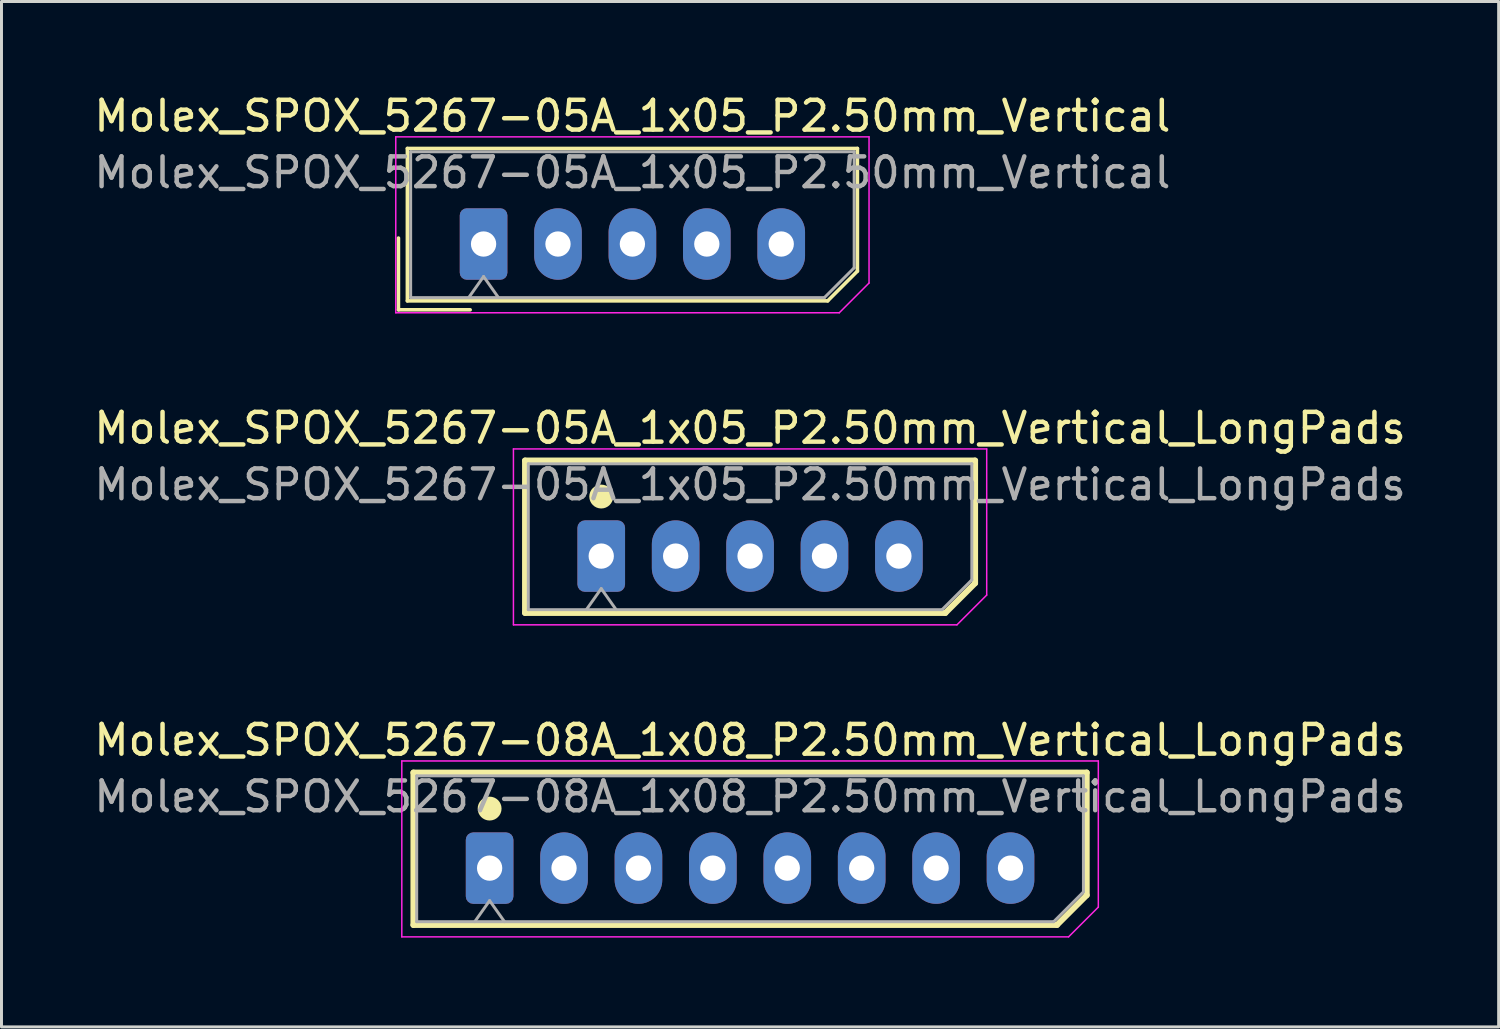
<source format=kicad_pcb>
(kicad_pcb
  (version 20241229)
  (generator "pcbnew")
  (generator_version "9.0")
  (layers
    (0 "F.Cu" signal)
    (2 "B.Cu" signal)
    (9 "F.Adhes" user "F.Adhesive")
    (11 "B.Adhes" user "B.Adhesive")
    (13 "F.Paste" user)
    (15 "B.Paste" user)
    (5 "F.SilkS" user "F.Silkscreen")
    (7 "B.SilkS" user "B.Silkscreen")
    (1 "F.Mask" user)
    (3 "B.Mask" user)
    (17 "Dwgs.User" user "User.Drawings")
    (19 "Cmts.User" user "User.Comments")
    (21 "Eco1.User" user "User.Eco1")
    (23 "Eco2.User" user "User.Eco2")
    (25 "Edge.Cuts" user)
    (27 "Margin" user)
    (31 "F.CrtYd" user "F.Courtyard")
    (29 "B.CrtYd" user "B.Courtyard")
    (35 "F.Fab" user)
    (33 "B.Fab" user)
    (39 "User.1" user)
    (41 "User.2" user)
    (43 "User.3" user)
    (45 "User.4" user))
  (footprint "Molex_SPOX_5267-05A_1x05_P2.50mm_Vertical_LongPads"
    (layer "F.Cu")
    (at 17.149 15.632)
    (property "Reference" "Molex_SPOX_5267-05A_1x05_P2.50mm_Vertical_LongPads" (at 5 -4.3 0) (layer "F.SilkS") (effects (font (size 1 1) (thickness 0.15))))
    (attr through_hole)
    (fp_line (start -2.56 -3.21) (end -2.56 1.91) (stroke (width 0.2) (type solid)) (layer "F.SilkS"))
    (fp_line (start -2.56 1.91) (end 11.56 1.91) (stroke (width 0.2) (type solid)) (layer "F.SilkS"))
    (fp_line (start 11.56 1.91) (end 12.56 0.91) (stroke (width 0.2) (type solid)) (layer "F.SilkS"))
    (fp_line (start 12.56 -3.21) (end -2.56 -3.21) (stroke (width 0.2) (type solid)) (layer "F.SilkS"))
    (fp_line (start 12.56 0.91) (end 12.56 -3.21) (stroke (width 0.2) (type solid)) (layer "F.SilkS"))
    (fp_circle (center 0 -2) (end 0.001 -2) (stroke (width 0.4) (type solid)) (fill no) (layer "F.SilkS"))
    (fp_line (start -2.95 -3.6) (end -2.95 2.31) (stroke (width 0.05) (type solid)) (layer "F.CrtYd"))
    (fp_line (start -2.95 2.31) (end 11.95 2.31) (stroke (width 0.05) (type solid)) (layer "F.CrtYd"))
    (fp_line (start 11.95 2.31) (end 12.95 1.31) (stroke (width 0.05) (type solid)) (layer "F.CrtYd"))
    (fp_line (start 12.95 -3.6) (end -2.95 -3.6) (stroke (width 0.05) (type solid)) (layer "F.CrtYd"))
    (fp_line (start 12.95 1.31) (end 12.95 -3.6) (stroke (width 0.05) (type solid)) (layer "F.CrtYd"))
    (fp_line (start -2.45 -3.1) (end -2.45 1.8) (stroke (width 0.1) (type solid)) (layer "F.Fab"))
    (fp_line (start -2.45 1.8) (end 11.45 1.8) (stroke (width 0.1) (type solid)) (layer "F.Fab"))
    (fp_line (start -0.5 1.8) (end 0 1.093) (stroke (width 0.1) (type solid)) (layer "F.Fab"))
    (fp_line (start 0 1.093) (end 0.5 1.8) (stroke (width 0.1) (type solid)) (layer "F.Fab"))
    (fp_line (start 11.45 1.8) (end 12.45 0.8) (stroke (width 0.1) (type solid)) (layer "F.Fab"))
    (fp_line (start 12.45 -3.1) (end -2.45 -3.1) (stroke (width 0.1) (type solid)) (layer "F.Fab"))
    (fp_line (start 12.45 0.8) (end 12.45 -3.1) (stroke (width 0.1) (type solid)) (layer "F.Fab"))
    (fp_text user "${REFERENCE}" (at 5 -2.4 0) (layer "F.Fab") (effects (font (size 1 1) (thickness 0.15))))
    (pad "1" thru_hole roundrect (at 0 0) (size 1.6 2.4) (drill 0.85) (layers "*.Cu" "*.Mask") (roundrect_rratio 0.156))
    (pad "2" thru_hole oval (at 2.5 0) (size 1.6 2.4) (drill 0.85) (layers "*.Cu" "*.Mask"))
    (pad "3" thru_hole oval (at 5 0) (size 1.6 2.4) (drill 0.85) (layers "*.Cu" "*.Mask"))
    (pad "4" thru_hole oval (at 7.5 0) (size 1.6 2.4) (drill 0.85) (layers "*.Cu" "*.Mask"))
    (pad "5" thru_hole oval (at 10 0) (size 1.6 2.4) (drill 0.85) (layers "*.Cu" "*.Mask")))
  (footprint "Molex_SPOX_5267-05A_1x05_P2.50mm_Vertical"
    (layer "F.Cu")
    (at 13.196 5.148)
    (property "Reference" "Molex_SPOX_5267-05A_1x05_P2.50mm_Vertical" (at 5 -4.3 0) (layer "F.SilkS") (effects (font (size 1 1) (thickness 0.15))))
    (attr through_hole)
    (fp_line (start -2.86 -0.2) (end -2.86 2.21) (stroke (width 0.12) (type solid)) (layer "F.SilkS"))
    (fp_line (start -2.86 2.21) (end -0.45 2.21) (stroke (width 0.12) (type solid)) (layer "F.SilkS"))
    (fp_line (start -2.56 -3.21) (end -2.56 1.91) (stroke (width 0.12) (type solid)) (layer "F.SilkS"))
    (fp_line (start -2.56 1.91) (end 11.56 1.91) (stroke (width 0.12) (type solid)) (layer "F.SilkS"))
    (fp_line (start 11.56 1.91) (end 12.56 0.91) (stroke (width 0.12) (type solid)) (layer "F.SilkS"))
    (fp_line (start 12.56 -3.21) (end -2.56 -3.21) (stroke (width 0.12) (type solid)) (layer "F.SilkS"))
    (fp_line (start 12.56 0.91) (end 12.56 -3.21) (stroke (width 0.12) (type solid)) (layer "F.SilkS"))
    (fp_line (start -2.95 -3.6) (end -2.95 2.31) (stroke (width 0.05) (type solid)) (layer "F.CrtYd"))
    (fp_line (start -2.95 2.31) (end 11.95 2.31) (stroke (width 0.05) (type solid)) (layer "F.CrtYd"))
    (fp_line (start 11.95 2.31) (end 12.95 1.31) (stroke (width 0.05) (type solid)) (layer "F.CrtYd"))
    (fp_line (start 12.95 -3.6) (end -2.95 -3.6) (stroke (width 0.05) (type solid)) (layer "F.CrtYd"))
    (fp_line (start 12.95 1.31) (end 12.95 -3.6) (stroke (width 0.05) (type solid)) (layer "F.CrtYd"))
    (fp_line (start -2.45 -3.1) (end -2.45 1.8) (stroke (width 0.1) (type solid)) (layer "F.Fab"))
    (fp_line (start -2.45 1.8) (end 11.45 1.8) (stroke (width 0.1) (type solid)) (layer "F.Fab"))
    (fp_line (start -0.5 1.8) (end 0 1.093) (stroke (width 0.1) (type solid)) (layer "F.Fab"))
    (fp_line (start 0 1.093) (end 0.5 1.8) (stroke (width 0.1) (type solid)) (layer "F.Fab"))
    (fp_line (start 11.45 1.8) (end 12.45 0.8) (stroke (width 0.1) (type solid)) (layer "F.Fab"))
    (fp_line (start 12.45 -3.1) (end -2.45 -3.1) (stroke (width 0.1) (type solid)) (layer "F.Fab"))
    (fp_line (start 12.45 0.8) (end 12.45 -3.1) (stroke (width 0.1) (type solid)) (layer "F.Fab"))
    (fp_text user "${REFERENCE}" (at 5 -2.4 0) (layer "F.Fab") (effects (font (size 1 1) (thickness 0.15))))
    (pad "1" thru_hole roundrect (at 0 0) (size 1.6 2.4) (drill 0.85) (layers "*.Cu" "*.Mask") (roundrect_rratio 0.147))
    (pad "2" thru_hole oval (at 2.5 0) (size 1.6 2.4) (drill 0.85) (layers "*.Cu" "*.Mask"))
    (pad "3" thru_hole oval (at 5 0) (size 1.6 2.4) (drill 0.85) (layers "*.Cu" "*.Mask"))
    (pad "4" thru_hole oval (at 7.5 0) (size 1.6 2.4) (drill 0.85) (layers "*.Cu" "*.Mask"))
    (pad "5" thru_hole oval (at 10 0) (size 1.6 2.4) (drill 0.85) (layers "*.Cu" "*.Mask")))
  (footprint "Molex_SPOX_5267-08A_1x08_P2.50mm_Vertical_LongPads"
    (layer "F.Cu")
    (at 13.399 26.115)
    (property "Reference" "Molex_SPOX_5267-08A_1x08_P2.50mm_Vertical_LongPads" (at 8.75 -4.3 0) (layer "F.SilkS") (effects (font (size 1 1) (thickness 0.15))))
    (attr through_hole)
    (fp_line (start -2.56 -3.21) (end -2.56 1.91) (stroke (width 0.2) (type solid)) (layer "F.SilkS"))
    (fp_line (start -2.56 1.91) (end 19.06 1.91) (stroke (width 0.2) (type solid)) (layer "F.SilkS"))
    (fp_line (start 19.06 1.91) (end 20.06 0.91) (stroke (width 0.2) (type solid)) (layer "F.SilkS"))
    (fp_line (start 20.06 -3.21) (end -2.56 -3.21) (stroke (width 0.2) (type solid)) (layer "F.SilkS"))
    (fp_line (start 20.06 0.91) (end 20.06 -3.21) (stroke (width 0.2) (type solid)) (layer "F.SilkS"))
    (fp_circle (center 0 -2) (end 0.001 -2) (stroke (width 0.4) (type solid)) (fill no) (layer "F.SilkS"))
    (fp_line (start -2.95 -3.6) (end -2.95 2.31) (stroke (width 0.05) (type solid)) (layer "F.CrtYd"))
    (fp_line (start -2.95 2.31) (end 19.45 2.31) (stroke (width 0.05) (type solid)) (layer "F.CrtYd"))
    (fp_line (start 19.45 2.31) (end 20.45 1.31) (stroke (width 0.05) (type solid)) (layer "F.CrtYd"))
    (fp_line (start 20.45 -3.6) (end -2.95 -3.6) (stroke (width 0.05) (type solid)) (layer "F.CrtYd"))
    (fp_line (start 20.45 1.31) (end 20.45 -3.6) (stroke (width 0.05) (type solid)) (layer "F.CrtYd"))
    (fp_line (start -2.45 -3.1) (end -2.45 1.8) (stroke (width 0.1) (type solid)) (layer "F.Fab"))
    (fp_line (start -2.45 1.8) (end 18.95 1.8) (stroke (width 0.1) (type solid)) (layer "F.Fab"))
    (fp_line (start -0.5 1.8) (end 0 1.093) (stroke (width 0.1) (type solid)) (layer "F.Fab"))
    (fp_line (start 0 1.093) (end 0.5 1.8) (stroke (width 0.1) (type solid)) (layer "F.Fab"))
    (fp_line (start 18.95 1.8) (end 19.95 0.8) (stroke (width 0.1) (type solid)) (layer "F.Fab"))
    (fp_line (start 19.95 -3.1) (end -2.45 -3.1) (stroke (width 0.1) (type solid)) (layer "F.Fab"))
    (fp_line (start 19.95 0.8) (end 19.95 -3.1) (stroke (width 0.1) (type solid)) (layer "F.Fab"))
    (fp_text user "${REFERENCE}" (at 8.75 -2.4 0) (layer "F.Fab") (effects (font (size 1 1) (thickness 0.15))))
    (pad "1" thru_hole roundrect (at 0 0) (size 1.6 2.4) (drill 0.85) (layers "*.Cu" "*.Mask") (roundrect_rratio 0.156))
    (pad "2" thru_hole oval (at 2.5 0) (size 1.6 2.4) (drill 0.85) (layers "*.Cu" "*.Mask"))
    (pad "3" thru_hole oval (at 5 0) (size 1.6 2.4) (drill 0.85) (layers "*.Cu" "*.Mask"))
    (pad "4" thru_hole oval (at 7.5 0) (size 1.6 2.4) (drill 0.85) (layers "*.Cu" "*.Mask"))
    (pad "5" thru_hole oval (at 10 0) (size 1.6 2.4) (drill 0.85) (layers "*.Cu" "*.Mask"))
    (pad "6" thru_hole oval (at 12.5 0) (size 1.6 2.4) (drill 0.85) (layers "*.Cu" "*.Mask"))
    (pad "7" thru_hole oval (at 15 0) (size 1.6 2.4) (drill 0.85) (layers "*.Cu" "*.Mask"))
    (pad "8" thru_hole oval (at 17.5 0) (size 1.6 2.4) (drill 0.85) (layers "*.Cu" "*.Mask")))
  (gr_rect
    (start -3 -3)
    (end 47.298 31.45)
    (stroke (width 0.1) (type default))
    (fill no)
    (layer "Edge.Cuts")))
</source>
